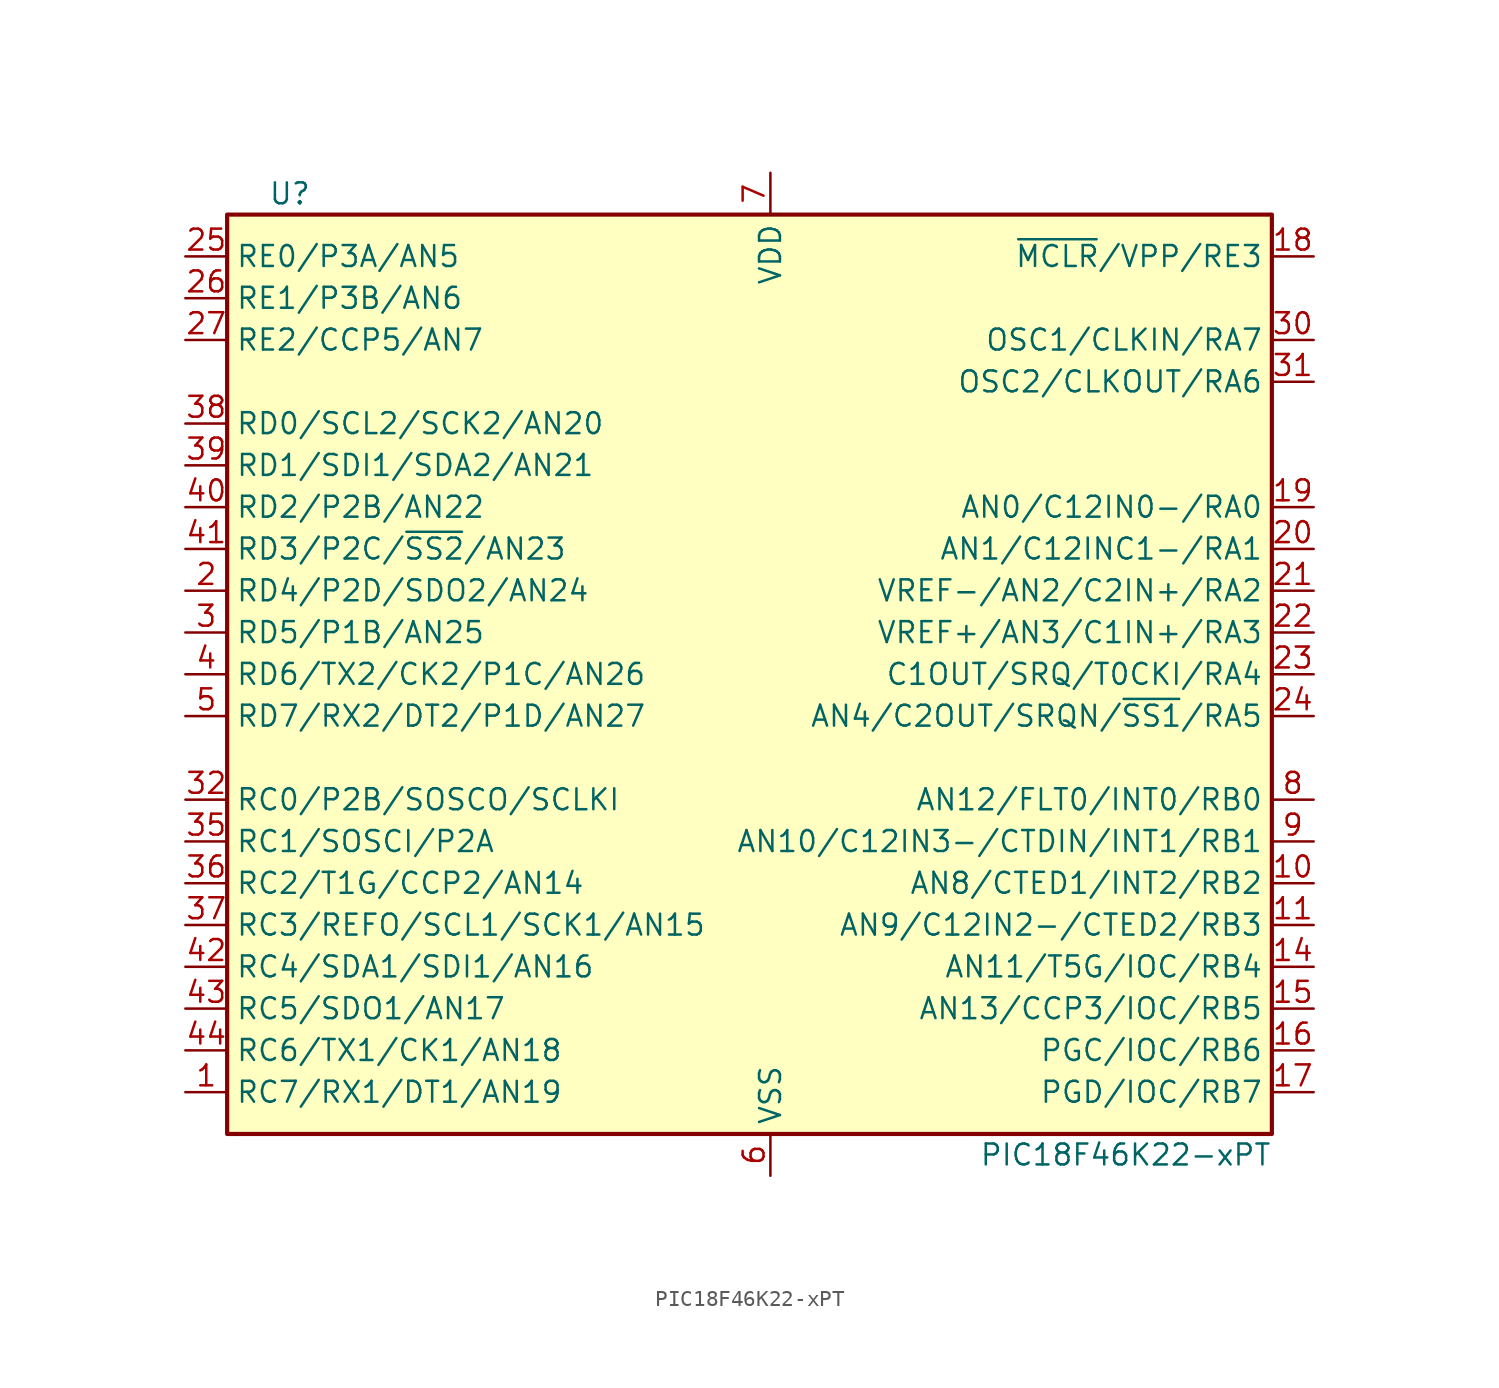
<source format=kicad_sym>
(kicad_symbol_lib
  (version 20231120)
  (generator "kicad_symbol_editor")
  (generator_version "8.0")
  (symbol "PIC18F46K22-xPT"
    (property "Reference" "U"
      (at -29.21 29.21 0)
      (effects (font (size 1.27 1.27))))
    (property "Value" "PIC18F46K22-xPT"
      (at 21.59 -29.21 0)
      (effects (font (size 1.27 1.27))))
    (symbol "PIC18F46K22-xPT_0_1"
      (rectangle (start -33.02 27.94) (end 30.48 -27.94) (stroke (width 0.254) (type default)) (fill (type background))))
    (symbol "PIC18F46K22-xPT_1_1"
      (pin bidirectional line (at -35.56 -25.4 0) (length 2.54) (name "RC7/RX1/DT1/AN19" (effects (font (size 1.27 1.27)))) (number "1" (effects (font (size 1.27 1.27)))))
      (pin bidirectional line (at 33.02 -12.7 180) (length 2.54) (name "AN8/CTED1/INT2/RB2" (effects (font (size 1.27 1.27)))) (number "10" (effects (font (size 1.27 1.27)))))
      (pin bidirectional line (at 33.02 -15.24 180) (length 2.54) (name "AN9/C12IN2-/CTED2/RB3" (effects (font (size 1.27 1.27)))) (number "11" (effects (font (size 1.27 1.27)))))
      (pin no_connect line (at -10.16 -27.94 90) (length 2.54) hide (name "NC" (effects (font (size 1.27 1.27)))) (number "12" (effects (font (size 1.27 1.27)))))
      (pin no_connect line (at -7.62 -27.94 90) (length 2.54) hide (name "NC" (effects (font (size 1.27 1.27)))) (number "13" (effects (font (size 1.27 1.27)))))
      (pin bidirectional line (at 33.02 -17.78 180) (length 2.54) (name "AN11/T5G/IOC/RB4" (effects (font (size 1.27 1.27)))) (number "14" (effects (font (size 1.27 1.27)))))
      (pin bidirectional line (at 33.02 -20.32 180) (length 2.54) (name "AN13/CCP3/IOC/RB5" (effects (font (size 1.27 1.27)))) (number "15" (effects (font (size 1.27 1.27)))))
      (pin bidirectional line (at 33.02 -22.86 180) (length 2.54) (name "PGC/IOC/RB6" (effects (font (size 1.27 1.27)))) (number "16" (effects (font (size 1.27 1.27)))))
      (pin bidirectional line (at 33.02 -25.4 180) (length 2.54) (name "PGD/IOC/RB7" (effects (font (size 1.27 1.27)))) (number "17" (effects (font (size 1.27 1.27)))))
      (pin bidirectional line (at 33.02 25.4 180) (length 2.54) (name "~{MCLR}/VPP/RE3" (effects (font (size 1.27 1.27)))) (number "18" (effects (font (size 1.27 1.27)))))
      (pin bidirectional line (at 33.02 10.16 180) (length 2.54) (name "AN0/C12IN0-/RA0" (effects (font (size 1.27 1.27)))) (number "19" (effects (font (size 1.27 1.27)))))
      (pin bidirectional line (at -35.56 5.08 0) (length 2.54) (name "RD4/P2D/SDO2/AN24" (effects (font (size 1.27 1.27)))) (number "2" (effects (font (size 1.27 1.27)))))
      (pin bidirectional line (at 33.02 7.62 180) (length 2.54) (name "AN1/C12INC1-/RA1" (effects (font (size 1.27 1.27)))) (number "20" (effects (font (size 1.27 1.27)))))
      (pin bidirectional line (at 33.02 5.08 180) (length 2.54) (name "VREF-/AN2/C2IN+/RA2" (effects (font (size 1.27 1.27)))) (number "21" (effects (font (size 1.27 1.27)))))
      (pin bidirectional line (at 33.02 2.54 180) (length 2.54) (name "VREF+/AN3/C1IN+/RA3" (effects (font (size 1.27 1.27)))) (number "22" (effects (font (size 1.27 1.27)))))
      (pin bidirectional line (at 33.02 0 180) (length 2.54) (name "C1OUT/SRQ/T0CKI/RA4" (effects (font (size 1.27 1.27)))) (number "23" (effects (font (size 1.27 1.27)))))
      (pin bidirectional line (at 33.02 -2.54 180) (length 2.54) (name "AN4/C2OUT/SRQN/~{SS1}/RA5" (effects (font (size 1.27 1.27)))) (number "24" (effects (font (size 1.27 1.27)))))
      (pin bidirectional line (at -35.56 25.4 0) (length 2.54) (name "RE0/P3A/AN5" (effects (font (size 1.27 1.27)))) (number "25" (effects (font (size 1.27 1.27)))))
      (pin bidirectional line (at -35.56 22.86 0) (length 2.54) (name "RE1/P3B/AN6" (effects (font (size 1.27 1.27)))) (number "26" (effects (font (size 1.27 1.27)))))
      (pin bidirectional line (at -35.56 20.32 0) (length 2.54) (name "RE2/CCP5/AN7" (effects (font (size 1.27 1.27)))) (number "27" (effects (font (size 1.27 1.27)))))
      (pin passive line (at 0 30.48 270) (length 2.54) hide (name "VDD" (effects (font (size 1.27 1.27)))) (number "28" (effects (font (size 1.27 1.27)))))
      (pin passive line (at 0 -30.48 90) (length 2.54) hide (name "VSS" (effects (font (size 1.27 1.27)))) (number "29" (effects (font (size 1.27 1.27)))))
      (pin bidirectional line (at -35.56 2.54 0) (length 2.54) (name "RD5/P1B/AN25" (effects (font (size 1.27 1.27)))) (number "3" (effects (font (size 1.27 1.27)))))
      (pin bidirectional line (at 33.02 20.32 180) (length 2.54) (name "OSC1/CLKIN/RA7" (effects (font (size 1.27 1.27)))) (number "30" (effects (font (size 1.27 1.27)))))
      (pin bidirectional line (at 33.02 17.78 180) (length 2.54) (name "OSC2/CLKOUT/RA6" (effects (font (size 1.27 1.27)))) (number "31" (effects (font (size 1.27 1.27)))))
      (pin bidirectional line (at -35.56 -7.62 0) (length 2.54) (name "RC0/P2B/SOSCO/SCLKI" (effects (font (size 1.27 1.27)))) (number "32" (effects (font (size 1.27 1.27)))))
      (pin no_connect line (at -5.08 -27.94 90) (length 2.54) hide (name "NC" (effects (font (size 1.27 1.27)))) (number "33" (effects (font (size 1.27 1.27)))))
      (pin no_connect line (at -2.54 -27.94 90) (length 2.54) hide (name "NC" (effects (font (size 1.27 1.27)))) (number "34" (effects (font (size 1.27 1.27)))))
      (pin bidirectional line (at -35.56 -10.16 0) (length 2.54) (name "RC1/SOSCI/P2A" (effects (font (size 1.27 1.27)))) (number "35" (effects (font (size 1.27 1.27)))))
      (pin bidirectional line (at -35.56 -12.7 0) (length 2.54) (name "RC2/T1G/CCP2/AN14" (effects (font (size 1.27 1.27)))) (number "36" (effects (font (size 1.27 1.27)))))
      (pin bidirectional line (at -35.56 -15.24 0) (length 2.54) (name "RC3/REFO/SCL1/SCK1/AN15" (effects (font (size 1.27 1.27)))) (number "37" (effects (font (size 1.27 1.27)))))
      (pin bidirectional line (at -35.56 15.24 0) (length 2.54) (name "RD0/SCL2/SCK2/AN20" (effects (font (size 1.27 1.27)))) (number "38" (effects (font (size 1.27 1.27)))))
      (pin bidirectional line (at -35.56 12.7 0) (length 2.54) (name "RD1/SDI1/SDA2/AN21" (effects (font (size 1.27 1.27)))) (number "39" (effects (font (size 1.27 1.27)))))
      (pin bidirectional line (at -35.56 0 0) (length 2.54) (name "RD6/TX2/CK2/P1C/AN26" (effects (font (size 1.27 1.27)))) (number "4" (effects (font (size 1.27 1.27)))))
      (pin bidirectional line (at -35.56 10.16 0) (length 2.54) (name "RD2/P2B/AN22" (effects (font (size 1.27 1.27)))) (number "40" (effects (font (size 1.27 1.27)))))
      (pin bidirectional line (at -35.56 7.62 0) (length 2.54) (name "RD3/P2C/~{SS2}/AN23" (effects (font (size 1.27 1.27)))) (number "41" (effects (font (size 1.27 1.27)))))
      (pin bidirectional line (at -35.56 -17.78 0) (length 2.54) (name "RC4/SDA1/SDI1/AN16" (effects (font (size 1.27 1.27)))) (number "42" (effects (font (size 1.27 1.27)))))
      (pin bidirectional line (at -35.56 -20.32 0) (length 2.54) (name "RC5/SDO1/AN17" (effects (font (size 1.27 1.27)))) (number "43" (effects (font (size 1.27 1.27)))))
      (pin bidirectional line (at -35.56 -22.86 0) (length 2.54) (name "RC6/TX1/CK1/AN18" (effects (font (size 1.27 1.27)))) (number "44" (effects (font (size 1.27 1.27)))))
      (pin bidirectional line (at -35.56 -2.54 0) (length 2.54) (name "RD7/RX2/DT2/P1D/AN27" (effects (font (size 1.27 1.27)))) (number "5" (effects (font (size 1.27 1.27)))))
      (pin power_in line (at 0 -30.48 90) (length 2.54) (name "VSS" (effects (font (size 1.27 1.27)))) (number "6" (effects (font (size 1.27 1.27)))))
      (pin power_in line (at 0 30.48 270) (length 2.54) (name "VDD" (effects (font (size 1.27 1.27)))) (number "7" (effects (font (size 1.27 1.27)))))
      (pin bidirectional line (at 33.02 -7.62 180) (length 2.54) (name "AN12/FLT0/INT0/RB0" (effects (font (size 1.27 1.27)))) (number "8" (effects (font (size 1.27 1.27)))))
      (pin bidirectional line (at 33.02 -10.16 180) (length 2.54) (name "AN10/C12IN3-/CTDIN/INT1/RB1" (effects (font (size 1.27 1.27)))) (number "9" (effects (font (size 1.27 1.27))))))))
</source>
